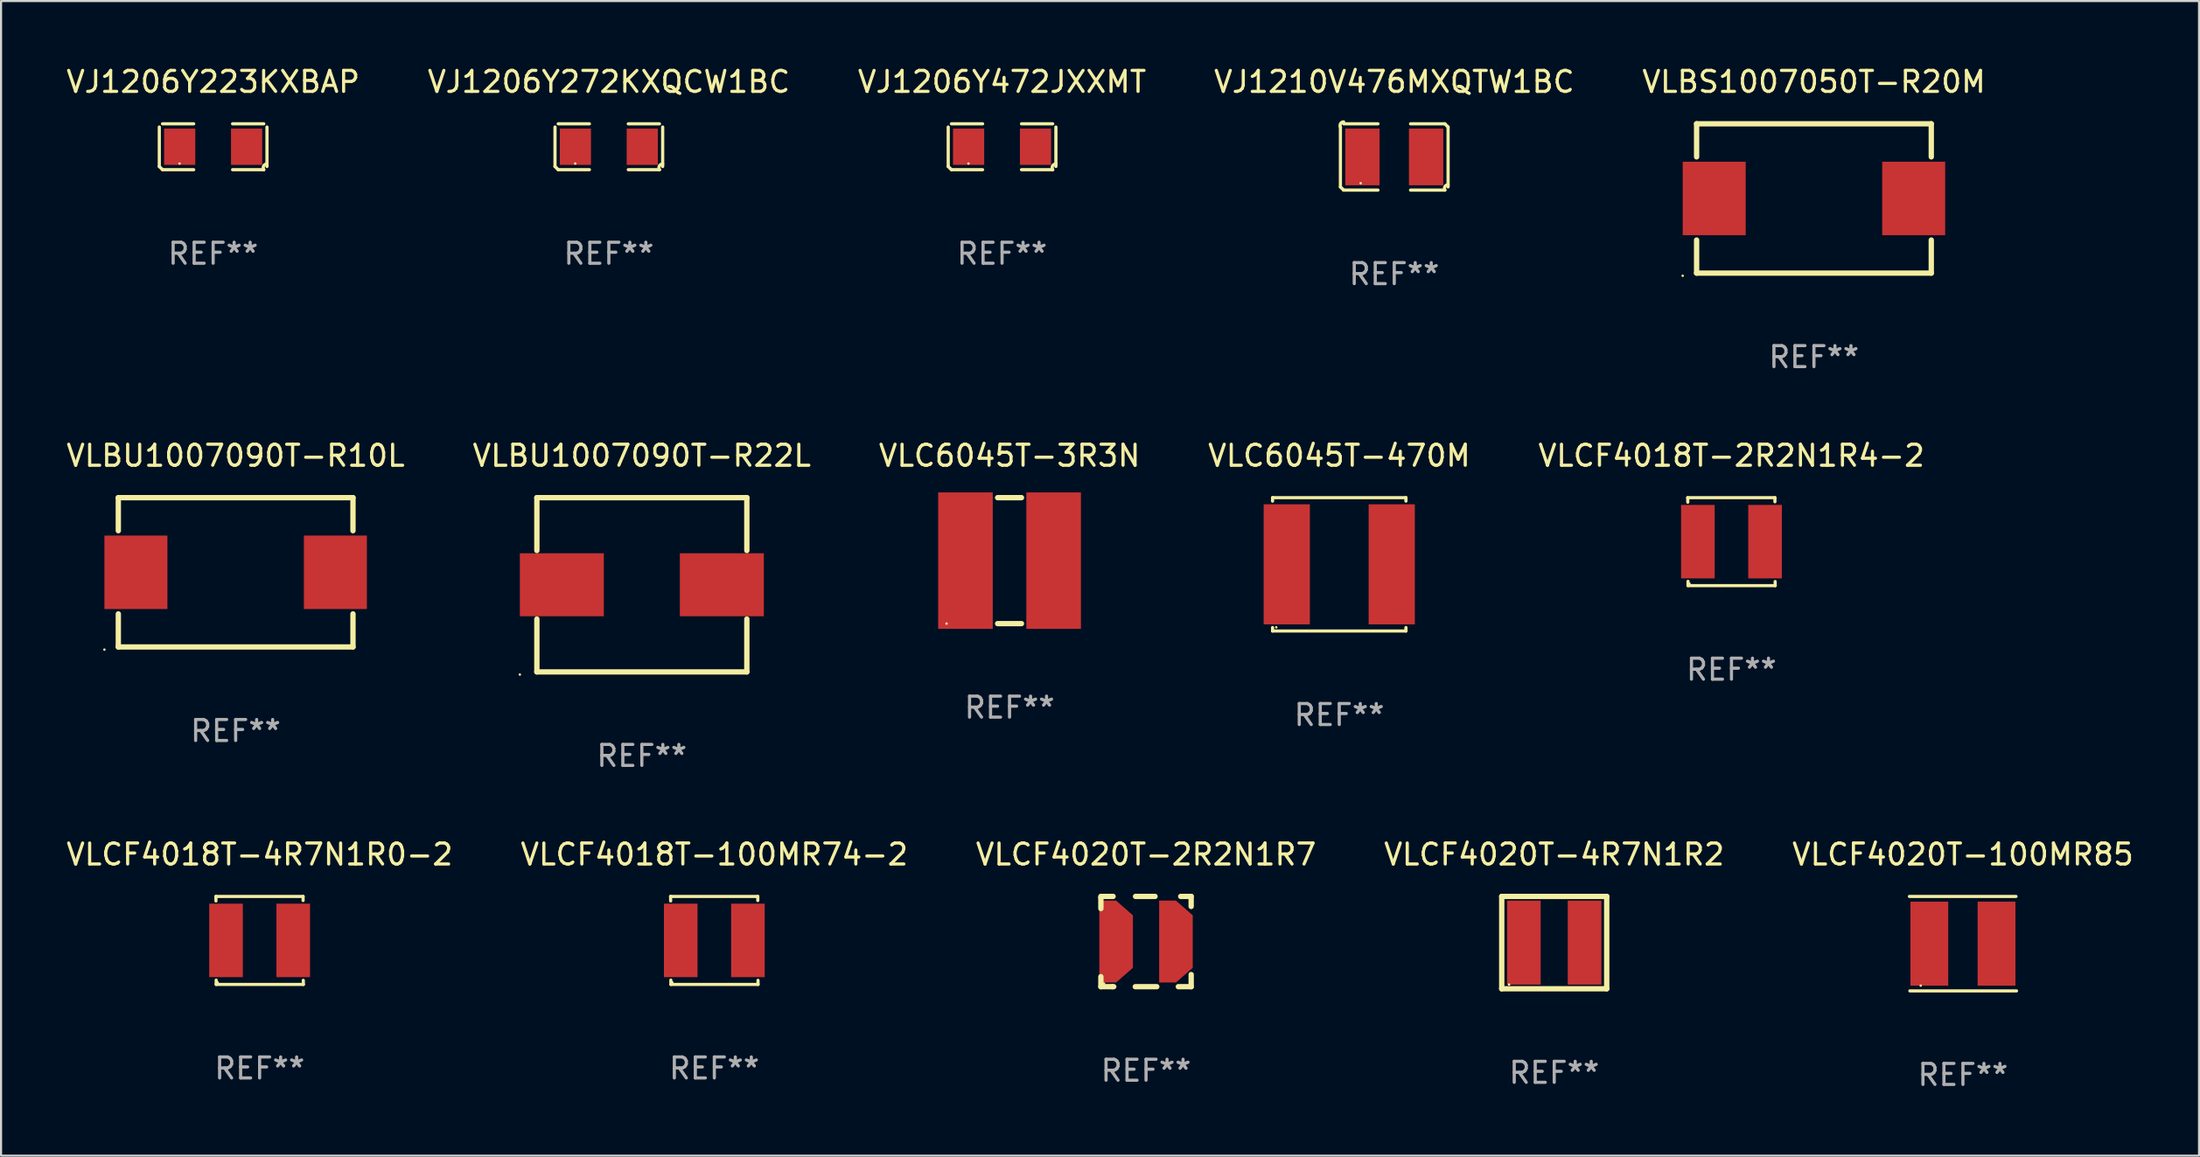
<source format=kicad_pcb>
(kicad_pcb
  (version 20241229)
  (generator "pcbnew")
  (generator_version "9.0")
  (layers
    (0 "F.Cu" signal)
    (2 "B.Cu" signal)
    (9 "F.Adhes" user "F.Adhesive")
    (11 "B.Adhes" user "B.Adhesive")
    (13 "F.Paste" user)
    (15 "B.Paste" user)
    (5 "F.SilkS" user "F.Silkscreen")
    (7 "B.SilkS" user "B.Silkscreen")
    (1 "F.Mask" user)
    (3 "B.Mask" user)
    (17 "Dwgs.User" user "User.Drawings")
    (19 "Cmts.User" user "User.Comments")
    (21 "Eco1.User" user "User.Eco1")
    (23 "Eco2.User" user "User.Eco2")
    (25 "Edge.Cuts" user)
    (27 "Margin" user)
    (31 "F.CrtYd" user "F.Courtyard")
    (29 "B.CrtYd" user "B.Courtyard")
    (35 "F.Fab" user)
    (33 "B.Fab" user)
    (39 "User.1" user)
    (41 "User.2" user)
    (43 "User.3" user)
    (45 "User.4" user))
  (footprint "VJ1210V476MXQTW1BC"
    (layer "F.Cu")
    (at 63.351 4.427)
    (property "Reference" "VJ1210V476MXQTW1BC" (at 0 -3.579 0) (layer "F.SilkS") (effects (font (size 1 1) (thickness 0.15))))
    (attr through_hole)
    (fp_line (start -2.564 1.426) (end -2.564 -1.426) (stroke (width 0.152) (type solid)) (layer "F.SilkS"))
    (fp_line (start -2.411 -1.579) (end -0.776 -1.579) (stroke (width 0.152) (type solid)) (layer "F.SilkS"))
    (fp_line (start -0.776 1.579) (end -2.411 1.579) (stroke (width 0.152) (type solid)) (layer "F.SilkS"))
    (fp_line (start 0.776 1.579) (end 2.411 1.579) (stroke (width 0.152) (type solid)) (layer "F.SilkS"))
    (fp_line (start 2.411 -1.579) (end 0.776 -1.579) (stroke (width 0.152) (type solid)) (layer "F.SilkS"))
    (fp_line (start 2.564 1.426) (end 2.564 -1.426) (stroke (width 0.152) (type solid)) (layer "F.SilkS"))
    (fp_arc (start -2.563602 -1.426213) (mid -2.555597 -1.591233) (end -2.411201 -1.671518) (stroke (width 0.1524) (type solid)) (layer "F.SilkS"))
    (fp_arc (start -2.5636 1.426214) (mid -2.487389 1.502402) (end -2.411201 1.578613) (stroke (width 0.1524) (type solid)) (layer "F.SilkS"))
    (fp_arc (start 2.411197 -1.578618) (mid 2.487403 -1.502419) (end 2.563602 -1.426213) (stroke (width 0.1524) (type solid)) (layer "F.SilkS"))
    (fp_arc (start 2.411201 1.578613) (mid 2.416214 1.409455) (end 2.563602 1.32629) (stroke (width 0.1524) (type solid)) (layer "F.SilkS"))
    (fp_circle (center -1.6 1.25) (end -1.57 1.25) (stroke (width 0.06) (type solid)) (fill no) (layer "F.SilkS"))
    (fp_text user "REF**" (at 0 5.579 0) (layer "F.Fab") (effects (font (size 1 1) (thickness 0.15))))
    (pad "1" smd rect (at -1.517 0) (size 1.635 2.7) (layers "F.Cu" "F.Mask" "F.Paste"))
    (pad "2" smd rect (at 1.517 0) (size 1.635 2.7) (layers "F.Cu" "F.Mask" "F.Paste")))
  (footprint "VLCF4018T-4R7N1R0-2"
    (layer "F.Cu")
    (at 9.315 41.749)
    (property "Reference" "VLCF4018T-4R7N1R0-2" (at 0 -4.096 0) (layer "F.SilkS") (effects (font (size 1 1) (thickness 0.15))))
    (attr through_hole)
    (fp_line (start -2.083 -2.096) (end -2.08 -1.88) (stroke (width 0.15) (type solid)) (layer "F.SilkS"))
    (fp_line (start -2.07 1.89) (end -2.07 2.096) (stroke (width 0.15) (type solid)) (layer "F.SilkS"))
    (fp_line (start -2.07 2.096) (end 2.083 2.096) (stroke (width 0.15) (type solid)) (layer "F.SilkS"))
    (fp_line (start 2.07 -1.9) (end 2.07 -2.096) (stroke (width 0.15) (type solid)) (layer "F.SilkS"))
    (fp_line (start 2.07 -2.096) (end -2.083 -2.096) (stroke (width 0.15) (type solid)) (layer "F.SilkS"))
    (fp_line (start 2.083 2.096) (end 2.08 1.9) (stroke (width 0.15) (type solid)) (layer "F.SilkS"))
    (fp_circle (center -2 2) (end -1.97 2) (stroke (width 0.06) (type solid)) (fill no) (layer "F.SilkS"))
    (fp_text user "REF**" (at 0 6.096 0) (layer "F.Fab") (effects (font (size 1 1) (thickness 0.15))))
    (pad "1" smd rect (at -1.6 -0.000343) (size 1.6 3.5) (layers "F.Cu" "F.Mask" "F.Paste"))
    (pad "2" smd rect (at 1.6 -0.000343) (size 1.6 3.5) (layers "F.Cu" "F.Mask" "F.Paste")))
  (footprint "VLBU1007090T-R22L"
    (layer "F.Cu")
    (at 27.518 24.807)
    (property "Reference" "VLBU1007090T-R22L" (at 0 -6.15 0) (layer "F.SilkS") (effects (font (size 1 1) (thickness 0.15))))
    (attr through_hole)
    (fp_line (start -5 -4.15) (end 5 -4.15) (stroke (width 0.254) (type solid)) (layer "F.SilkS"))
    (fp_line (start -5 -1.631) (end -5 -4.15) (stroke (width 0.254) (type solid)) (layer "F.SilkS"))
    (fp_line (start -5 4.15) (end -5 1.631) (stroke (width 0.254) (type solid)) (layer "F.SilkS"))
    (fp_line (start -5 4.15) (end 5 4.15) (stroke (width 0.254) (type solid)) (layer "F.SilkS"))
    (fp_line (start 5 -4.15) (end 5 -1.631) (stroke (width 0.254) (type solid)) (layer "F.SilkS"))
    (fp_line (start 5 1.631) (end 5 4.15) (stroke (width 0.254) (type solid)) (layer "F.SilkS"))
    (fp_circle (center -5.81 4.277) (end -5.78 4.277) (stroke (width 0.06) (type solid)) (fill no) (layer "F.SilkS"))
    (fp_text user "REF**" (at 0 8.15 0) (layer "F.Fab") (effects (font (size 1 1) (thickness 0.15))))
    (pad "1" smd rect (at -3.81 0) (size 4 3) (layers "F.Cu" "F.Mask" "F.Paste"))
    (pad "2" smd rect (at 3.81 0) (size 4 3) (layers "F.Cu" "F.Mask" "F.Paste")))
  (footprint "VLC6045T-470M"
    (layer "F.Cu")
    (at 60.732 23.833)
    (property "Reference" "VLC6045T-470M" (at 0 -5.176 0) (layer "F.SilkS") (effects (font (size 1 1) (thickness 0.15))))
    (attr through_hole)
    (fp_line (start -3.176 -3.176) (end 3.176 -3.176) (stroke (width 0.152) (type solid)) (layer "F.SilkS"))
    (fp_line (start -3.176 -3.012) (end -3.176 -3.176) (stroke (width 0.152) (type solid)) (layer "F.SilkS"))
    (fp_line (start -3.176 3.012) (end -3.176 3.176) (stroke (width 0.152) (type solid)) (layer "F.SilkS"))
    (fp_line (start -3.176 3.176) (end 3.176 3.176) (stroke (width 0.152) (type solid)) (layer "F.SilkS"))
    (fp_line (start 3.176 -3.176) (end 3.176 -3.012) (stroke (width 0.152) (type solid)) (layer "F.SilkS"))
    (fp_line (start 3.176 3.176) (end 3.176 3.012) (stroke (width 0.152) (type solid)) (layer "F.SilkS"))
    (fp_circle (center -3 3) (end -2.97 3) (stroke (width 0.06) (type solid)) (fill no) (layer "F.SilkS"))
    (fp_text user "REF**" (at 0 7.176 0) (layer "F.Fab") (effects (font (size 1 1) (thickness 0.15))))
    (pad "1" smd rect (at -2.5 0) (size 2.2 5.72) (layers "F.Cu" "F.Mask" "F.Paste"))
    (pad "2" smd rect (at 2.5 0) (size 2.2 5.72) (layers "F.Cu" "F.Mask" "F.Paste")))
  (footprint "VJ1206Y223KXBAP"
    (layer "F.Cu")
    (at 7.101 3.941)
    (property "Reference" "VJ1206Y223KXBAP" (at 0 -3.093 0) (layer "F.SilkS") (effects (font (size 1 1) (thickness 0.15))))
    (attr through_hole)
    (fp_line (start -2.564 0.94) (end -2.564 -0.94) (stroke (width 0.152) (type solid)) (layer "F.SilkS"))
    (fp_line (start -2.411 -1.093) (end -0.926 -1.093) (stroke (width 0.152) (type solid)) (layer "F.SilkS"))
    (fp_line (start -0.926 1.093) (end -2.411 1.093) (stroke (width 0.152) (type solid)) (layer "F.SilkS"))
    (fp_line (start 0.926 1.093) (end 2.411 1.093) (stroke (width 0.152) (type solid)) (layer "F.SilkS"))
    (fp_line (start 2.411 -1.093) (end 0.926 -1.093) (stroke (width 0.152) (type solid)) (layer "F.SilkS"))
    (fp_line (start 2.564 0.94) (end 2.564 -0.94) (stroke (width 0.152) (type solid)) (layer "F.SilkS"))
    (fp_arc (start -2.411201 1.092609) (mid -2.487413 1.01642) (end -2.563602 0.940208) (stroke (width 0.1524) (type solid)) (layer "F.SilkS"))
    (fp_arc (start 2.411201 1.092609) (mid 2.407159 0.911226) (end 2.563602 0.819347) (stroke (width 0.1524) (type solid)) (layer "F.SilkS"))
    (fp_circle (center -1.6 0.8) (end -1.57 0.8) (stroke (width 0.06) (type solid)) (fill no) (layer "F.SilkS"))
    (fp_text user "REF**" (at 0 5.093 0) (layer "F.Fab") (effects (font (size 1 1) (thickness 0.15))))
    (pad "1" smd rect (at -1.593 0) (size 1.485 1.728) (layers "F.Cu" "F.Mask" "F.Paste"))
    (pad "2" smd rect (at 1.593 0) (size 1.485 1.728) (layers "F.Cu" "F.Mask" "F.Paste")))
  (footprint "VLC6045T-3R3N"
    (layer "F.Cu")
    (at 45.03 23.657)
    (property "Reference" "VLC6045T-3R3N" (at 0 -5 0) (layer "F.SilkS") (effects (font (size 1 1) (thickness 0.15))))
    (attr through_hole)
    (fp_line (start -0.569 -3) (end 0.569 -3) (stroke (width 0.254) (type solid)) (layer "F.SilkS"))
    (fp_line (start -0.569 3) (end 0.569 3) (stroke (width 0.254) (type solid)) (layer "F.SilkS"))
    (fp_circle (center -3 3) (end -2.97 3) (stroke (width 0.06) (type solid)) (fill no) (layer "F.SilkS"))
    (fp_text user "REF**" (at 0 7 0) (layer "F.Fab") (effects (font (size 1 1) (thickness 0.15))))
    (pad "1" smd rect (at -2.1 0 90) (size 6.5 2.6) (layers "F.Cu" "F.Mask" "F.Paste"))
    (pad "2" smd rect (at 2.1 0 90) (size 6.5 2.6) (layers "F.Cu" "F.Mask" "F.Paste")))
  (footprint "VLCF4018T-2R2N1R4-2"
    (layer "F.Cu")
    (at 79.411 22.753)
    (property "Reference" "VLCF4018T-2R2N1R4-2" (at 0 -4.096 0) (layer "F.SilkS") (effects (font (size 1 1) (thickness 0.15))))
    (attr through_hole)
    (fp_line (start -2.083 -2.096) (end -2.08 -1.88) (stroke (width 0.15) (type solid)) (layer "F.SilkS"))
    (fp_line (start -2.07 1.89) (end -2.07 2.096) (stroke (width 0.15) (type solid)) (layer "F.SilkS"))
    (fp_line (start -2.07 2.096) (end 2.083 2.096) (stroke (width 0.15) (type solid)) (layer "F.SilkS"))
    (fp_line (start 2.07 -1.9) (end 2.07 -2.096) (stroke (width 0.15) (type solid)) (layer "F.SilkS"))
    (fp_line (start 2.07 -2.096) (end -2.083 -2.096) (stroke (width 0.15) (type solid)) (layer "F.SilkS"))
    (fp_line (start 2.083 2.096) (end 2.08 1.9) (stroke (width 0.15) (type solid)) (layer "F.SilkS"))
    (fp_circle (center -2 2) (end -1.97 2) (stroke (width 0.06) (type solid)) (fill no) (layer "F.SilkS"))
    (fp_text user "REF**" (at 0 6.096 0) (layer "F.Fab") (effects (font (size 1 1) (thickness 0.15))))
    (pad "1" smd rect (at -1.6 -0.000343) (size 1.6 3.5) (layers "F.Cu" "F.Mask" "F.Paste"))
    (pad "2" smd rect (at 1.6 -0.000343) (size 1.6 3.5) (layers "F.Cu" "F.Mask" "F.Paste")))
  (footprint "VLCF4020T-4R7N1R2"
    (layer "F.Cu")
    (at 70.97 41.853)
    (property "Reference" "VLCF4020T-4R7N1R2" (at 0 -4.2 0) (layer "F.SilkS") (effects (font (size 1 1) (thickness 0.15))))
    (attr through_hole)
    (fp_line (start -2.5 -2.2) (end 2.5 -2.2) (stroke (width 0.254) (type solid)) (layer "F.SilkS"))
    (fp_line (start -2.5 2.2) (end -2.5 -2.2) (stroke (width 0.254) (type solid)) (layer "F.SilkS"))
    (fp_line (start 2.5 -2.2) (end 2.5 2.2) (stroke (width 0.254) (type solid)) (layer "F.SilkS"))
    (fp_line (start 2.5 2.2) (end -2.5 2.2) (stroke (width 0.254) (type solid)) (layer "F.SilkS"))
    (fp_circle (center -2.15 2) (end -2.12 2) (stroke (width 0.06) (type solid)) (fill no) (layer "F.SilkS"))
    (fp_text user "REF**" (at 0 6.2 0) (layer "F.Fab") (effects (font (size 1 1) (thickness 0.15))))
    (pad "1" smd rect (at -1.445 0) (size 1.6 4) (layers "F.Cu" "F.Mask" "F.Paste"))
    (pad "2" smd rect (at 1.445 0) (size 1.6 4) (layers "F.Cu" "F.Mask" "F.Paste")))
  (footprint "VLCF4020T-100MR85"
    (layer "F.Cu")
    (at 90.435 41.903)
    (property "Reference" "VLCF4020T-100MR85" (at 0 -4.25 0) (layer "F.SilkS") (effects (font (size 1 1) (thickness 0.15))))
    (attr through_hole)
    (fp_line (start -2.552 -2.25) (end 2.528 -2.25) (stroke (width 0.15) (type solid)) (layer "F.SilkS"))
    (fp_line (start 2.552 2.25) (end -2.528 2.25) (stroke (width 0.15) (type solid)) (layer "F.SilkS"))
    (fp_circle (center -2.012 2) (end -1.982 2) (stroke (width 0.06) (type solid)) (fill no) (layer "F.SilkS"))
    (fp_text user "REF**" (at 0 6.25 0) (layer "F.Fab") (effects (font (size 1 1) (thickness 0.15))))
    (pad "1" smd rect (at -1.6 0.000013) (size 1.8 4) (layers "F.Cu" "F.Mask" "F.Paste"))
    (pad "2" smd rect (at 1.6 0.000013) (size 1.8 4) (layers "F.Cu" "F.Mask" "F.Paste")))
  (footprint "VLCF4020T-2R2N1R7"
    (layer "F.Cu")
    (at 51.53 41.803)
    (property "Reference" "VLCF4020T-2R2N1R7" (at 0 -4.15 0) (layer "F.SilkS") (effects (font (size 1 1) (thickness 0.15))))
    (attr through_hole)
    (fp_line (start -2.15 -2.1) (end -2.15 -2.15) (stroke (width 0.254) (type solid)) (layer "F.SilkS"))
    (fp_line (start -2.15 -1.572) (end -2.15 -2.1) (stroke (width 0.254) (type solid)) (layer "F.SilkS"))
    (fp_line (start -2.15 2.15) (end -2.15 1.672) (stroke (width 0.254) (type solid)) (layer "F.SilkS"))
    (fp_line (start -2.131 -2.15) (end -1.569 -2.15) (stroke (width 0.254) (type solid)) (layer "F.SilkS"))
    (fp_line (start -1.603 2.15) (end -2.15 2.15) (stroke (width 0.254) (type solid)) (layer "F.SilkS"))
    (fp_line (start -1.603 2.15) (end -1.538 2.15) (stroke (width 0.254) (type solid)) (layer "F.SilkS"))
    (fp_line (start -0.511 2.15) (end 0.512 2.15) (stroke (width 0.254) (type solid)) (layer "F.SilkS"))
    (fp_line (start -0.5 -2.15) (end 0.429 -2.15) (stroke (width 0.254) (type solid)) (layer "F.SilkS"))
    (fp_line (start 1.538 2.15) (end 2.15 2.15) (stroke (width 0.254) (type solid)) (layer "F.SilkS"))
    (fp_line (start 1.651 -2.15) (end 2.149 -2.15) (stroke (width 0.254) (type solid)) (layer "F.SilkS"))
    (fp_line (start 2.149 -2.15) (end 2.149 -1.672) (stroke (width 0.254) (type solid)) (layer "F.SilkS"))
    (fp_line (start 2.15 1.572) (end 2.15 2.15) (stroke (width 0.254) (type solid)) (layer "F.SilkS"))
    (fp_circle (center -2 2) (end -1.97 2) (stroke (width 0.06) (type solid)) (fill no) (layer "F.SilkS"))
    (fp_text user "REF**" (at 0 6.15 0) (layer "F.Fab") (effects (font (size 1 1) (thickness 0.15))))
    (pad "1" smd custom (at -1.425 -0.000089 180) (size 1.6 3.9) (layers "F.Cu" "F.Mask" "F.Paste") (options (anchor circle)) (primitives (gr_poly (pts (xy 0.8 -1.95) (xy 0.8 1.95) (xy -0.000025 1.95) (xy -0.8 1.25) (xy -0.8 -1.25) (xy -0.000102 -1.95)) (width 0) (fill yes))))
    (pad "2" smd custom (at 1.425 -0.000089) (size 1.6 3.9) (layers "F.Cu" "F.Mask" "F.Paste") (options (anchor circle)) (primitives (gr_poly (pts (xy -0.8 1.95) (xy -0.8 -1.95) (xy 0.000025 -1.95) (xy 0.8 -1.25) (xy 0.8 1.25) (xy 0.000025 1.95)) (width 0) (fill yes)))))
  (footprint "VLCF4018T-100MR74-2"
    (layer "F.Cu")
    (at 30.97 41.749)
    (property "Reference" "VLCF4018T-100MR74-2" (at 0 -4.096 0) (layer "F.SilkS") (effects (font (size 1 1) (thickness 0.15))))
    (attr through_hole)
    (fp_line (start -2.083 -2.096) (end -2.08 -1.88) (stroke (width 0.15) (type solid)) (layer "F.SilkS"))
    (fp_line (start -2.07 1.89) (end -2.07 2.096) (stroke (width 0.15) (type solid)) (layer "F.SilkS"))
    (fp_line (start -2.07 2.096) (end 2.083 2.096) (stroke (width 0.15) (type solid)) (layer "F.SilkS"))
    (fp_line (start 2.07 -1.9) (end 2.07 -2.096) (stroke (width 0.15) (type solid)) (layer "F.SilkS"))
    (fp_line (start 2.07 -2.096) (end -2.083 -2.096) (stroke (width 0.15) (type solid)) (layer "F.SilkS"))
    (fp_line (start 2.083 2.096) (end 2.08 1.9) (stroke (width 0.15) (type solid)) (layer "F.SilkS"))
    (fp_circle (center -2 2) (end -1.97 2) (stroke (width 0.06) (type solid)) (fill no) (layer "F.SilkS"))
    (fp_text user "REF**" (at 0 6.096 0) (layer "F.Fab") (effects (font (size 1 1) (thickness 0.15))))
    (pad "1" smd rect (at -1.6 -0.000343) (size 1.6 3.5) (layers "F.Cu" "F.Mask" "F.Paste"))
    (pad "2" smd rect (at 1.6 -0.000343) (size 1.6 3.5) (layers "F.Cu" "F.Mask" "F.Paste")))
  (footprint "VJ1206Y472JXXMT"
    (layer "F.Cu")
    (at 44.673 3.941)
    (property "Reference" "VJ1206Y472JXXMT" (at 0 -3.093 0) (layer "F.SilkS") (effects (font (size 1 1) (thickness 0.15))))
    (attr through_hole)
    (fp_line (start -2.564 0.94) (end -2.564 -0.94) (stroke (width 0.152) (type solid)) (layer "F.SilkS"))
    (fp_line (start -2.411 -1.093) (end -0.926 -1.093) (stroke (width 0.152) (type solid)) (layer "F.SilkS"))
    (fp_line (start -0.926 1.093) (end -2.411 1.093) (stroke (width 0.152) (type solid)) (layer "F.SilkS"))
    (fp_line (start 0.926 1.093) (end 2.411 1.093) (stroke (width 0.152) (type solid)) (layer "F.SilkS"))
    (fp_line (start 2.411 -1.093) (end 0.926 -1.093) (stroke (width 0.152) (type solid)) (layer "F.SilkS"))
    (fp_line (start 2.564 0.94) (end 2.564 -0.94) (stroke (width 0.152) (type solid)) (layer "F.SilkS"))
    (fp_arc (start -2.411201 1.092609) (mid -2.487413 1.01642) (end -2.563602 0.940208) (stroke (width 0.1524) (type solid)) (layer "F.SilkS"))
    (fp_arc (start 2.411201 1.092609) (mid 2.407159 0.911226) (end 2.563602 0.819347) (stroke (width 0.1524) (type solid)) (layer "F.SilkS"))
    (fp_circle (center -1.6 0.8) (end -1.57 0.8) (stroke (width 0.06) (type solid)) (fill no) (layer "F.SilkS"))
    (fp_text user "REF**" (at 0 5.093 0) (layer "F.Fab") (effects (font (size 1 1) (thickness 0.15))))
    (pad "1" smd rect (at -1.593 0) (size 1.485 1.728) (layers "F.Cu" "F.Mask" "F.Paste"))
    (pad "2" smd rect (at 1.593 0) (size 1.485 1.728) (layers "F.Cu" "F.Mask" "F.Paste")))
  (footprint "VLBU1007090T-R10L"
    (layer "F.Cu")
    (at 8.173 24.213)
    (property "Reference" "VLBU1007090T-R10L" (at 0 -5.556 0) (layer "F.SilkS") (effects (font (size 1 1) (thickness 0.15))))
    (attr through_hole)
    (fp_line (start -5.588 -3.556) (end -5.588 -1.981) (stroke (width 0.254) (type solid)) (layer "F.SilkS"))
    (fp_line (start -5.588 1.981) (end -5.588 3.556) (stroke (width 0.254) (type solid)) (layer "F.SilkS"))
    (fp_line (start -5.588 3.556) (end 5.588 3.556) (stroke (width 0.254) (type solid)) (layer "F.SilkS"))
    (fp_line (start 5.588 -3.556) (end -5.588 -3.556) (stroke (width 0.254) (type solid)) (layer "F.SilkS"))
    (fp_line (start 5.588 -1.981) (end 5.588 -3.556) (stroke (width 0.254) (type solid)) (layer "F.SilkS"))
    (fp_line (start 5.588 3.556) (end 5.588 1.981) (stroke (width 0.254) (type solid)) (layer "F.SilkS"))
    (fp_circle (center -6.25 3.683) (end -6.22 3.683) (stroke (width 0.06) (type solid)) (fill no) (layer "F.SilkS"))
    (fp_text user "REF**" (at 0 7.556 0) (layer "F.Fab") (effects (font (size 1 1) (thickness 0.15))))
    (pad "1" smd rect (at -4.75 0) (size 3 3.5) (layers "F.Cu" "F.Mask" "F.Paste"))
    (pad "2" smd rect (at 4.75 0) (size 3 3.5) (layers "F.Cu" "F.Mask" "F.Paste")))
  (footprint "VLBS1007050T-R20M"
    (layer "F.Cu")
    (at 83.339 6.404)
    (property "Reference" "VLBS1007050T-R20M" (at 0 -5.556 0) (layer "F.SilkS") (effects (font (size 1 1) (thickness 0.15))))
    (attr through_hole)
    (fp_line (start -5.588 -3.556) (end -5.588 -1.981) (stroke (width 0.254) (type solid)) (layer "F.SilkS"))
    (fp_line (start -5.588 1.981) (end -5.588 3.556) (stroke (width 0.254) (type solid)) (layer "F.SilkS"))
    (fp_line (start -5.588 3.556) (end 5.588 3.556) (stroke (width 0.254) (type solid)) (layer "F.SilkS"))
    (fp_line (start 5.588 -3.556) (end -5.588 -3.556) (stroke (width 0.254) (type solid)) (layer "F.SilkS"))
    (fp_line (start 5.588 -1.981) (end 5.588 -3.556) (stroke (width 0.254) (type solid)) (layer "F.SilkS"))
    (fp_line (start 5.588 3.556) (end 5.588 1.981) (stroke (width 0.254) (type solid)) (layer "F.SilkS"))
    (fp_circle (center -6.25 3.683) (end -6.22 3.683) (stroke (width 0.06) (type solid)) (fill no) (layer "F.SilkS"))
    (fp_text user "REF**" (at 0 7.556 0) (layer "F.Fab") (effects (font (size 1 1) (thickness 0.15))))
    (pad "1" smd rect (at -4.75 0) (size 3 3.5) (layers "F.Cu" "F.Mask" "F.Paste"))
    (pad "2" smd rect (at 4.75 0) (size 3 3.5) (layers "F.Cu" "F.Mask" "F.Paste")))
  (footprint "VJ1206Y272KXQCW1BC"
    (layer "F.Cu")
    (at 25.946 3.941)
    (property "Reference" "VJ1206Y272KXQCW1BC" (at 0 -3.093 0) (layer "F.SilkS") (effects (font (size 1 1) (thickness 0.15))))
    (attr through_hole)
    (fp_line (start -2.564 0.94) (end -2.564 -0.94) (stroke (width 0.152) (type solid)) (layer "F.SilkS"))
    (fp_line (start -2.411 -1.093) (end -0.926 -1.093) (stroke (width 0.152) (type solid)) (layer "F.SilkS"))
    (fp_line (start -0.926 1.093) (end -2.411 1.093) (stroke (width 0.152) (type solid)) (layer "F.SilkS"))
    (fp_line (start 0.926 1.093) (end 2.411 1.093) (stroke (width 0.152) (type solid)) (layer "F.SilkS"))
    (fp_line (start 2.411 -1.093) (end 0.926 -1.093) (stroke (width 0.152) (type solid)) (layer "F.SilkS"))
    (fp_line (start 2.564 0.94) (end 2.564 -0.94) (stroke (width 0.152) (type solid)) (layer "F.SilkS"))
    (fp_arc (start -2.411201 1.092609) (mid -2.487413 1.01642) (end -2.563602 0.940208) (stroke (width 0.1524) (type solid)) (layer "F.SilkS"))
    (fp_arc (start 2.411201 1.092609) (mid 2.407159 0.911226) (end 2.563602 0.819347) (stroke (width 0.1524) (type solid)) (layer "F.SilkS"))
    (fp_circle (center -1.6 0.8) (end -1.57 0.8) (stroke (width 0.06) (type solid)) (fill no) (layer "F.SilkS"))
    (fp_text user "REF**" (at 0 5.093 0) (layer "F.Fab") (effects (font (size 1 1) (thickness 0.15))))
    (pad "1" smd rect (at -1.593 0) (size 1.485 1.728) (layers "F.Cu" "F.Mask" "F.Paste"))
    (pad "2" smd rect (at 1.593 0) (size 1.485 1.728) (layers "F.Cu" "F.Mask" "F.Paste")))
  (gr_rect
    (start -3 -3)
    (end 101.679 52.002)
    (stroke (width 0.1) (type default))
    (fill no)
    (layer "Edge.Cuts")))
</source>
